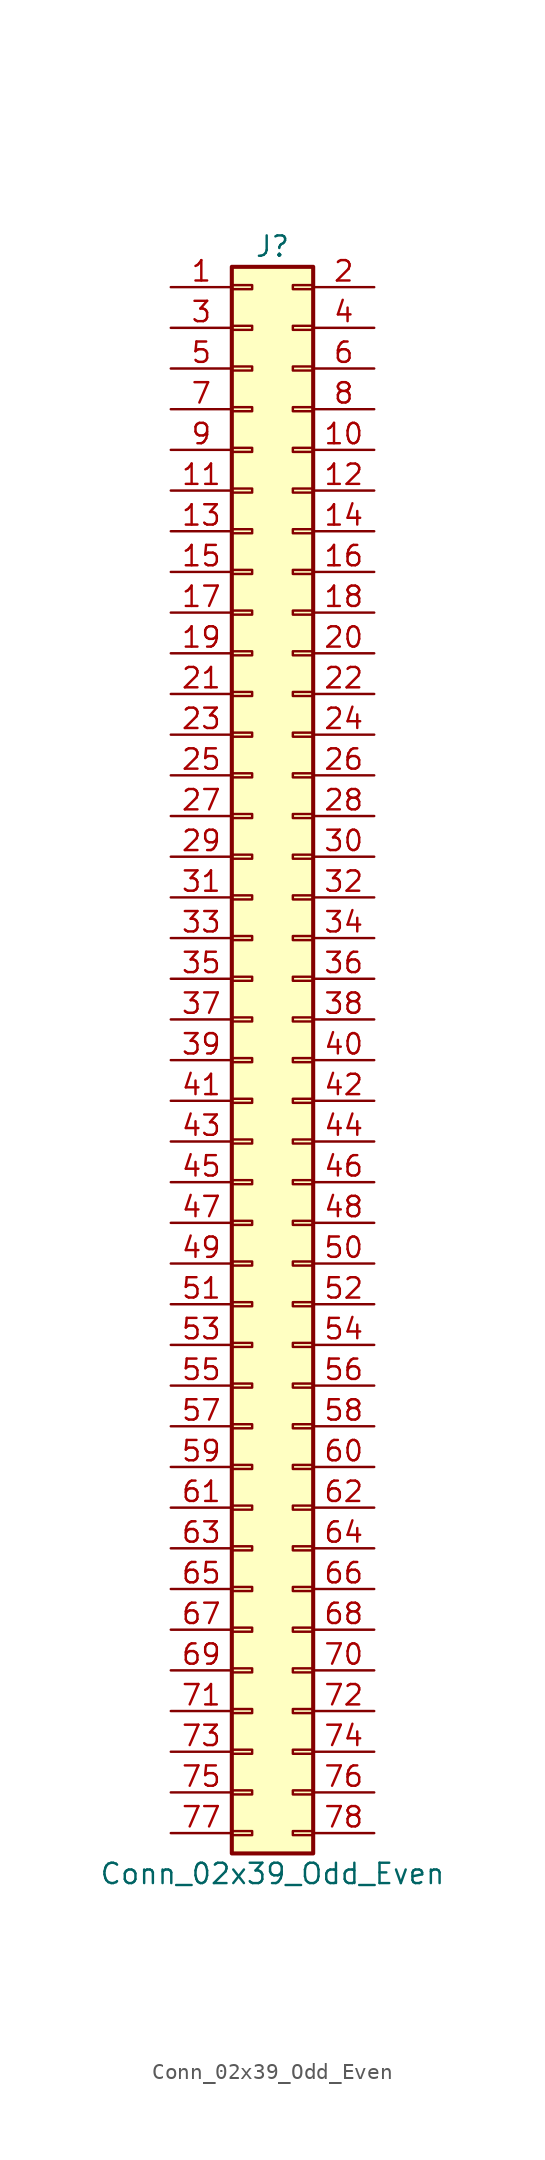
<source format=kicad_sym>
(kicad_symbol_lib
  (version 20220914)
  (generator kicad_symbol_editor)
  (symbol "Conn_02x39_Odd_Even"
    (pin_names
      (offset 1.016) hide)
    (property "Reference" "J"
      (at 1.27 50.8 0)
      (effects (font (size 1.27 1.27))))
    (property "Value" "Conn_02x39_Odd_Even"
      (at 1.27 -50.8 0)
      (effects (font (size 1.27 1.27))))
    (symbol "Conn_02x39_Odd_Even_1_1"
      (rectangle (start -1.27 -48.133) (end 0 -48.387) (stroke (width 0.152) (type solid)) (fill (type none)))
      (rectangle (start -1.27 -45.593) (end 0 -45.847) (stroke (width 0.152) (type solid)) (fill (type none)))
      (rectangle (start -1.27 -43.053) (end 0 -43.307) (stroke (width 0.152) (type solid)) (fill (type none)))
      (rectangle (start -1.27 -40.513) (end 0 -40.767) (stroke (width 0.152) (type solid)) (fill (type none)))
      (rectangle (start -1.27 -37.973) (end 0 -38.227) (stroke (width 0.152) (type solid)) (fill (type none)))
      (rectangle (start -1.27 -35.433) (end 0 -35.687) (stroke (width 0.152) (type solid)) (fill (type none)))
      (rectangle (start -1.27 -32.893) (end 0 -33.147) (stroke (width 0.152) (type solid)) (fill (type none)))
      (rectangle (start -1.27 -30.353) (end 0 -30.607) (stroke (width 0.152) (type solid)) (fill (type none)))
      (rectangle (start -1.27 -27.813) (end 0 -28.067) (stroke (width 0.152) (type solid)) (fill (type none)))
      (rectangle (start -1.27 -25.273) (end 0 -25.527) (stroke (width 0.152) (type solid)) (fill (type none)))
      (rectangle (start -1.27 -22.733) (end 0 -22.987) (stroke (width 0.152) (type solid)) (fill (type none)))
      (rectangle (start -1.27 -20.193) (end 0 -20.447) (stroke (width 0.152) (type solid)) (fill (type none)))
      (rectangle (start -1.27 -17.653) (end 0 -17.907) (stroke (width 0.152) (type solid)) (fill (type none)))
      (rectangle (start -1.27 -15.113) (end 0 -15.367) (stroke (width 0.152) (type solid)) (fill (type none)))
      (rectangle (start -1.27 -12.573) (end 0 -12.827) (stroke (width 0.152) (type solid)) (fill (type none)))
      (rectangle (start -1.27 -10.033) (end 0 -10.287) (stroke (width 0.152) (type solid)) (fill (type none)))
      (rectangle (start -1.27 -7.493) (end 0 -7.747) (stroke (width 0.152) (type solid)) (fill (type none)))
      (rectangle (start -1.27 -4.953) (end 0 -5.207) (stroke (width 0.152) (type solid)) (fill (type none)))
      (rectangle (start -1.27 -2.413) (end 0 -2.667) (stroke (width 0.152) (type solid)) (fill (type none)))
      (rectangle (start -1.27 0.127) (end 0 -0.127) (stroke (width 0.152) (type solid)) (fill (type none)))
      (rectangle (start -1.27 2.667) (end 0 2.413) (stroke (width 0.152) (type solid)) (fill (type none)))
      (rectangle (start -1.27 5.207) (end 0 4.953) (stroke (width 0.152) (type solid)) (fill (type none)))
      (rectangle (start -1.27 7.747) (end 0 7.493) (stroke (width 0.152) (type solid)) (fill (type none)))
      (rectangle (start -1.27 10.287) (end 0 10.033) (stroke (width 0.152) (type solid)) (fill (type none)))
      (rectangle (start -1.27 12.827) (end 0 12.573) (stroke (width 0.152) (type solid)) (fill (type none)))
      (rectangle (start -1.27 15.367) (end 0 15.113) (stroke (width 0.152) (type solid)) (fill (type none)))
      (rectangle (start -1.27 17.907) (end 0 17.653) (stroke (width 0.152) (type solid)) (fill (type none)))
      (rectangle (start -1.27 20.447) (end 0 20.193) (stroke (width 0.152) (type solid)) (fill (type none)))
      (rectangle (start -1.27 22.987) (end 0 22.733) (stroke (width 0.152) (type solid)) (fill (type none)))
      (rectangle (start -1.27 25.527) (end 0 25.273) (stroke (width 0.152) (type solid)) (fill (type none)))
      (rectangle (start -1.27 28.067) (end 0 27.813) (stroke (width 0.152) (type solid)) (fill (type none)))
      (rectangle (start -1.27 30.607) (end 0 30.353) (stroke (width 0.152) (type solid)) (fill (type none)))
      (rectangle (start -1.27 33.147) (end 0 32.893) (stroke (width 0.152) (type solid)) (fill (type none)))
      (rectangle (start -1.27 35.687) (end 0 35.433) (stroke (width 0.152) (type solid)) (fill (type none)))
      (rectangle (start -1.27 38.227) (end 0 37.973) (stroke (width 0.152) (type solid)) (fill (type none)))
      (rectangle (start -1.27 40.767) (end 0 40.513) (stroke (width 0.152) (type solid)) (fill (type none)))
      (rectangle (start -1.27 43.307) (end 0 43.053) (stroke (width 0.152) (type solid)) (fill (type none)))
      (rectangle (start -1.27 45.847) (end 0 45.593) (stroke (width 0.152) (type solid)) (fill (type none)))
      (rectangle (start -1.27 48.387) (end 0 48.133) (stroke (width 0.152) (type solid)) (fill (type none)))
      (rectangle (start -1.27 49.53) (end 3.81 -49.53) (stroke (width 0.254) (type solid)) (fill (type background)))
      (rectangle (start 3.81 -48.133) (end 2.54 -48.387) (stroke (width 0.152) (type solid)) (fill (type none)))
      (rectangle (start 3.81 -45.593) (end 2.54 -45.847) (stroke (width 0.152) (type solid)) (fill (type none)))
      (rectangle (start 3.81 -43.053) (end 2.54 -43.307) (stroke (width 0.152) (type solid)) (fill (type none)))
      (rectangle (start 3.81 -40.513) (end 2.54 -40.767) (stroke (width 0.152) (type solid)) (fill (type none)))
      (rectangle (start 3.81 -37.973) (end 2.54 -38.227) (stroke (width 0.152) (type solid)) (fill (type none)))
      (rectangle (start 3.81 -35.433) (end 2.54 -35.687) (stroke (width 0.152) (type solid)) (fill (type none)))
      (rectangle (start 3.81 -32.893) (end 2.54 -33.147) (stroke (width 0.152) (type solid)) (fill (type none)))
      (rectangle (start 3.81 -30.353) (end 2.54 -30.607) (stroke (width 0.152) (type solid)) (fill (type none)))
      (rectangle (start 3.81 -27.813) (end 2.54 -28.067) (stroke (width 0.152) (type solid)) (fill (type none)))
      (rectangle (start 3.81 -25.273) (end 2.54 -25.527) (stroke (width 0.152) (type solid)) (fill (type none)))
      (rectangle (start 3.81 -22.733) (end 2.54 -22.987) (stroke (width 0.152) (type solid)) (fill (type none)))
      (rectangle (start 3.81 -20.193) (end 2.54 -20.447) (stroke (width 0.152) (type solid)) (fill (type none)))
      (rectangle (start 3.81 -17.653) (end 2.54 -17.907) (stroke (width 0.152) (type solid)) (fill (type none)))
      (rectangle (start 3.81 -15.113) (end 2.54 -15.367) (stroke (width 0.152) (type solid)) (fill (type none)))
      (rectangle (start 3.81 -12.573) (end 2.54 -12.827) (stroke (width 0.152) (type solid)) (fill (type none)))
      (rectangle (start 3.81 -10.033) (end 2.54 -10.287) (stroke (width 0.152) (type solid)) (fill (type none)))
      (rectangle (start 3.81 -7.493) (end 2.54 -7.747) (stroke (width 0.152) (type solid)) (fill (type none)))
      (rectangle (start 3.81 -4.953) (end 2.54 -5.207) (stroke (width 0.152) (type solid)) (fill (type none)))
      (rectangle (start 3.81 -2.413) (end 2.54 -2.667) (stroke (width 0.152) (type solid)) (fill (type none)))
      (rectangle (start 3.81 0.127) (end 2.54 -0.127) (stroke (width 0.152) (type solid)) (fill (type none)))
      (rectangle (start 3.81 2.667) (end 2.54 2.413) (stroke (width 0.152) (type solid)) (fill (type none)))
      (rectangle (start 3.81 5.207) (end 2.54 4.953) (stroke (width 0.152) (type solid)) (fill (type none)))
      (rectangle (start 3.81 7.747) (end 2.54 7.493) (stroke (width 0.152) (type solid)) (fill (type none)))
      (rectangle (start 3.81 10.287) (end 2.54 10.033) (stroke (width 0.152) (type solid)) (fill (type none)))
      (rectangle (start 3.81 12.827) (end 2.54 12.573) (stroke (width 0.152) (type solid)) (fill (type none)))
      (rectangle (start 3.81 15.367) (end 2.54 15.113) (stroke (width 0.152) (type solid)) (fill (type none)))
      (rectangle (start 3.81 17.907) (end 2.54 17.653) (stroke (width 0.152) (type solid)) (fill (type none)))
      (rectangle (start 3.81 20.447) (end 2.54 20.193) (stroke (width 0.152) (type solid)) (fill (type none)))
      (rectangle (start 3.81 22.987) (end 2.54 22.733) (stroke (width 0.152) (type solid)) (fill (type none)))
      (rectangle (start 3.81 25.527) (end 2.54 25.273) (stroke (width 0.152) (type solid)) (fill (type none)))
      (rectangle (start 3.81 28.067) (end 2.54 27.813) (stroke (width 0.152) (type solid)) (fill (type none)))
      (rectangle (start 3.81 30.607) (end 2.54 30.353) (stroke (width 0.152) (type solid)) (fill (type none)))
      (rectangle (start 3.81 33.147) (end 2.54 32.893) (stroke (width 0.152) (type solid)) (fill (type none)))
      (rectangle (start 3.81 35.687) (end 2.54 35.433) (stroke (width 0.152) (type solid)) (fill (type none)))
      (rectangle (start 3.81 38.227) (end 2.54 37.973) (stroke (width 0.152) (type solid)) (fill (type none)))
      (rectangle (start 3.81 40.767) (end 2.54 40.513) (stroke (width 0.152) (type solid)) (fill (type none)))
      (rectangle (start 3.81 43.307) (end 2.54 43.053) (stroke (width 0.152) (type solid)) (fill (type none)))
      (rectangle (start 3.81 45.847) (end 2.54 45.593) (stroke (width 0.152) (type solid)) (fill (type none)))
      (rectangle (start 3.81 48.387) (end 2.54 48.133) (stroke (width 0.152) (type solid)) (fill (type none)))
      (pin passive line (at -5.08 48.26 0) (length 3.81) (name "Pin_1" (effects (font (size 1.27 1.27)))) (number "1" (effects (font (size 1.27 1.27)))))
      (pin passive line (at 7.62 38.1 180) (length 3.81) (name "Pin_10" (effects (font (size 1.27 1.27)))) (number "10" (effects (font (size 1.27 1.27)))))
      (pin passive line (at -5.08 35.56 0) (length 3.81) (name "Pin_11" (effects (font (size 1.27 1.27)))) (number "11" (effects (font (size 1.27 1.27)))))
      (pin passive line (at 7.62 35.56 180) (length 3.81) (name "Pin_12" (effects (font (size 1.27 1.27)))) (number "12" (effects (font (size 1.27 1.27)))))
      (pin passive line (at -5.08 33.02 0) (length 3.81) (name "Pin_13" (effects (font (size 1.27 1.27)))) (number "13" (effects (font (size 1.27 1.27)))))
      (pin passive line (at 7.62 33.02 180) (length 3.81) (name "Pin_14" (effects (font (size 1.27 1.27)))) (number "14" (effects (font (size 1.27 1.27)))))
      (pin passive line (at -5.08 30.48 0) (length 3.81) (name "Pin_15" (effects (font (size 1.27 1.27)))) (number "15" (effects (font (size 1.27 1.27)))))
      (pin passive line (at 7.62 30.48 180) (length 3.81) (name "Pin_16" (effects (font (size 1.27 1.27)))) (number "16" (effects (font (size 1.27 1.27)))))
      (pin passive line (at -5.08 27.94 0) (length 3.81) (name "Pin_17" (effects (font (size 1.27 1.27)))) (number "17" (effects (font (size 1.27 1.27)))))
      (pin passive line (at 7.62 27.94 180) (length 3.81) (name "Pin_18" (effects (font (size 1.27 1.27)))) (number "18" (effects (font (size 1.27 1.27)))))
      (pin passive line (at -5.08 25.4 0) (length 3.81) (name "Pin_19" (effects (font (size 1.27 1.27)))) (number "19" (effects (font (size 1.27 1.27)))))
      (pin passive line (at 7.62 48.26 180) (length 3.81) (name "Pin_2" (effects (font (size 1.27 1.27)))) (number "2" (effects (font (size 1.27 1.27)))))
      (pin passive line (at 7.62 25.4 180) (length 3.81) (name "Pin_20" (effects (font (size 1.27 1.27)))) (number "20" (effects (font (size 1.27 1.27)))))
      (pin passive line (at -5.08 22.86 0) (length 3.81) (name "Pin_21" (effects (font (size 1.27 1.27)))) (number "21" (effects (font (size 1.27 1.27)))))
      (pin passive line (at 7.62 22.86 180) (length 3.81) (name "Pin_22" (effects (font (size 1.27 1.27)))) (number "22" (effects (font (size 1.27 1.27)))))
      (pin passive line (at -5.08 20.32 0) (length 3.81) (name "Pin_23" (effects (font (size 1.27 1.27)))) (number "23" (effects (font (size 1.27 1.27)))))
      (pin passive line (at 7.62 20.32 180) (length 3.81) (name "Pin_24" (effects (font (size 1.27 1.27)))) (number "24" (effects (font (size 1.27 1.27)))))
      (pin passive line (at -5.08 17.78 0) (length 3.81) (name "Pin_25" (effects (font (size 1.27 1.27)))) (number "25" (effects (font (size 1.27 1.27)))))
      (pin passive line (at 7.62 17.78 180) (length 3.81) (name "Pin_26" (effects (font (size 1.27 1.27)))) (number "26" (effects (font (size 1.27 1.27)))))
      (pin passive line (at -5.08 15.24 0) (length 3.81) (name "Pin_27" (effects (font (size 1.27 1.27)))) (number "27" (effects (font (size 1.27 1.27)))))
      (pin passive line (at 7.62 15.24 180) (length 3.81) (name "Pin_28" (effects (font (size 1.27 1.27)))) (number "28" (effects (font (size 1.27 1.27)))))
      (pin passive line (at -5.08 12.7 0) (length 3.81) (name "Pin_29" (effects (font (size 1.27 1.27)))) (number "29" (effects (font (size 1.27 1.27)))))
      (pin passive line (at -5.08 45.72 0) (length 3.81) (name "Pin_3" (effects (font (size 1.27 1.27)))) (number "3" (effects (font (size 1.27 1.27)))))
      (pin passive line (at 7.62 12.7 180) (length 3.81) (name "Pin_30" (effects (font (size 1.27 1.27)))) (number "30" (effects (font (size 1.27 1.27)))))
      (pin passive line (at -5.08 10.16 0) (length 3.81) (name "Pin_31" (effects (font (size 1.27 1.27)))) (number "31" (effects (font (size 1.27 1.27)))))
      (pin passive line (at 7.62 10.16 180) (length 3.81) (name "Pin_32" (effects (font (size 1.27 1.27)))) (number "32" (effects (font (size 1.27 1.27)))))
      (pin passive line (at -5.08 7.62 0) (length 3.81) (name "Pin_33" (effects (font (size 1.27 1.27)))) (number "33" (effects (font (size 1.27 1.27)))))
      (pin passive line (at 7.62 7.62 180) (length 3.81) (name "Pin_34" (effects (font (size 1.27 1.27)))) (number "34" (effects (font (size 1.27 1.27)))))
      (pin passive line (at -5.08 5.08 0) (length 3.81) (name "Pin_35" (effects (font (size 1.27 1.27)))) (number "35" (effects (font (size 1.27 1.27)))))
      (pin passive line (at 7.62 5.08 180) (length 3.81) (name "Pin_36" (effects (font (size 1.27 1.27)))) (number "36" (effects (font (size 1.27 1.27)))))
      (pin passive line (at -5.08 2.54 0) (length 3.81) (name "Pin_37" (effects (font (size 1.27 1.27)))) (number "37" (effects (font (size 1.27 1.27)))))
      (pin passive line (at 7.62 2.54 180) (length 3.81) (name "Pin_38" (effects (font (size 1.27 1.27)))) (number "38" (effects (font (size 1.27 1.27)))))
      (pin passive line (at -5.08 0 0) (length 3.81) (name "Pin_39" (effects (font (size 1.27 1.27)))) (number "39" (effects (font (size 1.27 1.27)))))
      (pin passive line (at 7.62 45.72 180) (length 3.81) (name "Pin_4" (effects (font (size 1.27 1.27)))) (number "4" (effects (font (size 1.27 1.27)))))
      (pin passive line (at 7.62 0 180) (length 3.81) (name "Pin_40" (effects (font (size 1.27 1.27)))) (number "40" (effects (font (size 1.27 1.27)))))
      (pin passive line (at -5.08 -2.54 0) (length 3.81) (name "Pin_41" (effects (font (size 1.27 1.27)))) (number "41" (effects (font (size 1.27 1.27)))))
      (pin passive line (at 7.62 -2.54 180) (length 3.81) (name "Pin_42" (effects (font (size 1.27 1.27)))) (number "42" (effects (font (size 1.27 1.27)))))
      (pin passive line (at -5.08 -5.08 0) (length 3.81) (name "Pin_43" (effects (font (size 1.27 1.27)))) (number "43" (effects (font (size 1.27 1.27)))))
      (pin passive line (at 7.62 -5.08 180) (length 3.81) (name "Pin_44" (effects (font (size 1.27 1.27)))) (number "44" (effects (font (size 1.27 1.27)))))
      (pin passive line (at -5.08 -7.62 0) (length 3.81) (name "Pin_45" (effects (font (size 1.27 1.27)))) (number "45" (effects (font (size 1.27 1.27)))))
      (pin passive line (at 7.62 -7.62 180) (length 3.81) (name "Pin_46" (effects (font (size 1.27 1.27)))) (number "46" (effects (font (size 1.27 1.27)))))
      (pin passive line (at -5.08 -10.16 0) (length 3.81) (name "Pin_47" (effects (font (size 1.27 1.27)))) (number "47" (effects (font (size 1.27 1.27)))))
      (pin passive line (at 7.62 -10.16 180) (length 3.81) (name "Pin_48" (effects (font (size 1.27 1.27)))) (number "48" (effects (font (size 1.27 1.27)))))
      (pin passive line (at -5.08 -12.7 0) (length 3.81) (name "Pin_49" (effects (font (size 1.27 1.27)))) (number "49" (effects (font (size 1.27 1.27)))))
      (pin passive line (at -5.08 43.18 0) (length 3.81) (name "Pin_5" (effects (font (size 1.27 1.27)))) (number "5" (effects (font (size 1.27 1.27)))))
      (pin passive line (at 7.62 -12.7 180) (length 3.81) (name "Pin_50" (effects (font (size 1.27 1.27)))) (number "50" (effects (font (size 1.27 1.27)))))
      (pin passive line (at -5.08 -15.24 0) (length 3.81) (name "Pin_51" (effects (font (size 1.27 1.27)))) (number "51" (effects (font (size 1.27 1.27)))))
      (pin passive line (at 7.62 -15.24 180) (length 3.81) (name "Pin_52" (effects (font (size 1.27 1.27)))) (number "52" (effects (font (size 1.27 1.27)))))
      (pin passive line (at -5.08 -17.78 0) (length 3.81) (name "Pin_53" (effects (font (size 1.27 1.27)))) (number "53" (effects (font (size 1.27 1.27)))))
      (pin passive line (at 7.62 -17.78 180) (length 3.81) (name "Pin_54" (effects (font (size 1.27 1.27)))) (number "54" (effects (font (size 1.27 1.27)))))
      (pin passive line (at -5.08 -20.32 0) (length 3.81) (name "Pin_55" (effects (font (size 1.27 1.27)))) (number "55" (effects (font (size 1.27 1.27)))))
      (pin passive line (at 7.62 -20.32 180) (length 3.81) (name "Pin_56" (effects (font (size 1.27 1.27)))) (number "56" (effects (font (size 1.27 1.27)))))
      (pin passive line (at -5.08 -22.86 0) (length 3.81) (name "Pin_57" (effects (font (size 1.27 1.27)))) (number "57" (effects (font (size 1.27 1.27)))))
      (pin passive line (at 7.62 -22.86 180) (length 3.81) (name "Pin_58" (effects (font (size 1.27 1.27)))) (number "58" (effects (font (size 1.27 1.27)))))
      (pin passive line (at -5.08 -25.4 0) (length 3.81) (name "Pin_59" (effects (font (size 1.27 1.27)))) (number "59" (effects (font (size 1.27 1.27)))))
      (pin passive line (at 7.62 43.18 180) (length 3.81) (name "Pin_6" (effects (font (size 1.27 1.27)))) (number "6" (effects (font (size 1.27 1.27)))))
      (pin passive line (at 7.62 -25.4 180) (length 3.81) (name "Pin_60" (effects (font (size 1.27 1.27)))) (number "60" (effects (font (size 1.27 1.27)))))
      (pin passive line (at -5.08 -27.94 0) (length 3.81) (name "Pin_61" (effects (font (size 1.27 1.27)))) (number "61" (effects (font (size 1.27 1.27)))))
      (pin passive line (at 7.62 -27.94 180) (length 3.81) (name "Pin_62" (effects (font (size 1.27 1.27)))) (number "62" (effects (font (size 1.27 1.27)))))
      (pin passive line (at -5.08 -30.48 0) (length 3.81) (name "Pin_63" (effects (font (size 1.27 1.27)))) (number "63" (effects (font (size 1.27 1.27)))))
      (pin passive line (at 7.62 -30.48 180) (length 3.81) (name "Pin_64" (effects (font (size 1.27 1.27)))) (number "64" (effects (font (size 1.27 1.27)))))
      (pin passive line (at -5.08 -33.02 0) (length 3.81) (name "Pin_65" (effects (font (size 1.27 1.27)))) (number "65" (effects (font (size 1.27 1.27)))))
      (pin passive line (at 7.62 -33.02 180) (length 3.81) (name "Pin_66" (effects (font (size 1.27 1.27)))) (number "66" (effects (font (size 1.27 1.27)))))
      (pin passive line (at -5.08 -35.56 0) (length 3.81) (name "Pin_67" (effects (font (size 1.27 1.27)))) (number "67" (effects (font (size 1.27 1.27)))))
      (pin passive line (at 7.62 -35.56 180) (length 3.81) (name "Pin_68" (effects (font (size 1.27 1.27)))) (number "68" (effects (font (size 1.27 1.27)))))
      (pin passive line (at -5.08 -38.1 0) (length 3.81) (name "Pin_69" (effects (font (size 1.27 1.27)))) (number "69" (effects (font (size 1.27 1.27)))))
      (pin passive line (at -5.08 40.64 0) (length 3.81) (name "Pin_7" (effects (font (size 1.27 1.27)))) (number "7" (effects (font (size 1.27 1.27)))))
      (pin passive line (at 7.62 -38.1 180) (length 3.81) (name "Pin_70" (effects (font (size 1.27 1.27)))) (number "70" (effects (font (size 1.27 1.27)))))
      (pin passive line (at -5.08 -40.64 0) (length 3.81) (name "Pin_71" (effects (font (size 1.27 1.27)))) (number "71" (effects (font (size 1.27 1.27)))))
      (pin passive line (at 7.62 -40.64 180) (length 3.81) (name "Pin_72" (effects (font (size 1.27 1.27)))) (number "72" (effects (font (size 1.27 1.27)))))
      (pin passive line (at -5.08 -43.18 0) (length 3.81) (name "Pin_73" (effects (font (size 1.27 1.27)))) (number "73" (effects (font (size 1.27 1.27)))))
      (pin passive line (at 7.62 -43.18 180) (length 3.81) (name "Pin_74" (effects (font (size 1.27 1.27)))) (number "74" (effects (font (size 1.27 1.27)))))
      (pin passive line (at -5.08 -45.72 0) (length 3.81) (name "Pin_75" (effects (font (size 1.27 1.27)))) (number "75" (effects (font (size 1.27 1.27)))))
      (pin passive line (at 7.62 -45.72 180) (length 3.81) (name "Pin_76" (effects (font (size 1.27 1.27)))) (number "76" (effects (font (size 1.27 1.27)))))
      (pin passive line (at -5.08 -48.26 0) (length 3.81) (name "Pin_77" (effects (font (size 1.27 1.27)))) (number "77" (effects (font (size 1.27 1.27)))))
      (pin passive line (at 7.62 -48.26 180) (length 3.81) (name "Pin_78" (effects (font (size 1.27 1.27)))) (number "78" (effects (font (size 1.27 1.27)))))
      (pin passive line (at 7.62 40.64 180) (length 3.81) (name "Pin_8" (effects (font (size 1.27 1.27)))) (number "8" (effects (font (size 1.27 1.27)))))
      (pin passive line (at -5.08 38.1 0) (length 3.81) (name "Pin_9" (effects (font (size 1.27 1.27)))) (number "9" (effects (font (size 1.27 1.27))))))))
</source>
